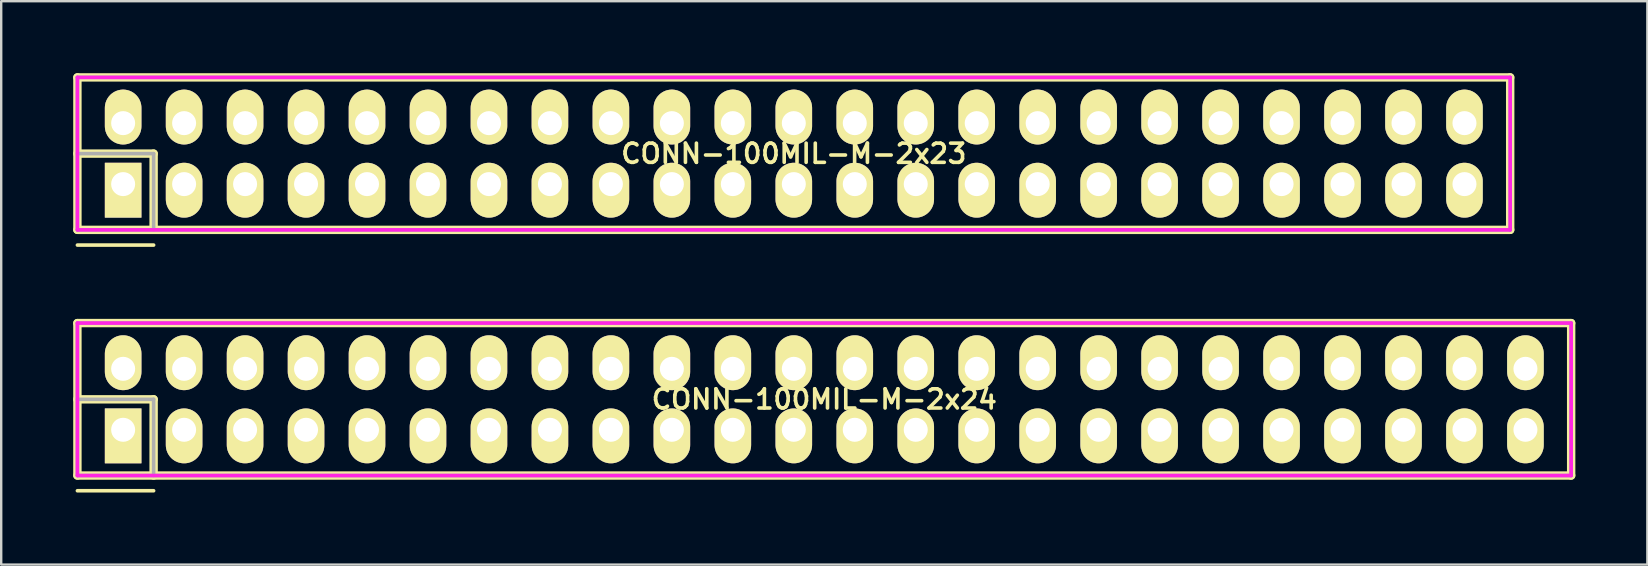
<source format=kicad_pcb>
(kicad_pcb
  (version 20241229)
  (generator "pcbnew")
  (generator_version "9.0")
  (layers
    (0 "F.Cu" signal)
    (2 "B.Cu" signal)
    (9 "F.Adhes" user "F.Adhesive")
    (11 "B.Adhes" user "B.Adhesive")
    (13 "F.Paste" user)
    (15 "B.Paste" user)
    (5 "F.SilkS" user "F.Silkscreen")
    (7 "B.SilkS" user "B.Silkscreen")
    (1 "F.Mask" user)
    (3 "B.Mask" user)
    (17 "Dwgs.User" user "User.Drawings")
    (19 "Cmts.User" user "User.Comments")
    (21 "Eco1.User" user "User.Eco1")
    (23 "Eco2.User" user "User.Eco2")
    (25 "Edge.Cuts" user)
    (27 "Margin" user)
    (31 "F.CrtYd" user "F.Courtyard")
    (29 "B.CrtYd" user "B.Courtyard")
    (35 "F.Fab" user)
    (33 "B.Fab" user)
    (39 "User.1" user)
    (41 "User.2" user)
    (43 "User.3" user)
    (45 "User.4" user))
  (footprint "CONN-100MIL-M-2x23"
    (layer "F.Cu")
    (at 30.02 3.35)
    (property "Reference" "CONN-100MIL-M-2x23" (at 0 0 0) (layer "F.SilkS") (effects (font (size 0.8 0.8) (thickness 0.15))))
    (attr through_hole)
    (fp_line (start -29.845 -3.175) (end 29.845 -3.175) (stroke (width 0.35) (type solid)) (layer "F.SilkS"))
    (fp_line (start -29.845 0) (end -26.67 0) (stroke (width 0.35) (type solid)) (layer "F.SilkS"))
    (fp_line (start -29.845 3.175) (end -29.845 -3.175) (stroke (width 0.35) (type solid)) (layer "F.SilkS"))
    (fp_line (start -29.845 3.81) (end -26.67 3.81) (stroke (width 0.15) (type solid)) (layer "F.SilkS"))
    (fp_line (start -26.67 0) (end -26.67 3.175) (stroke (width 0.35) (type solid)) (layer "F.SilkS"))
    (fp_line (start 29.845 -3.175) (end 29.845 3.175) (stroke (width 0.35) (type solid)) (layer "F.SilkS"))
    (fp_line (start 29.845 3.175) (end -29.845 3.175) (stroke (width 0.35) (type solid)) (layer "F.SilkS"))
    (fp_line (start -29.845 -3.175) (end 29.845 -3.175) (stroke (width 0.15) (type solid)) (layer "F.CrtYd"))
    (fp_line (start -29.845 3.175) (end -29.845 -3.175) (stroke (width 0.15) (type solid)) (layer "F.CrtYd"))
    (fp_line (start 29.845 -3.175) (end 29.845 3.175) (stroke (width 0.15) (type solid)) (layer "F.CrtYd"))
    (fp_line (start 29.845 3.175) (end -29.845 3.175) (stroke (width 0.15) (type solid)) (layer "F.CrtYd"))
    (fp_line (start -29.845 -3.175) (end 29.845 -3.175) (stroke (width 0.15) (type solid)) (layer "F.Fab"))
    (fp_line (start -29.845 0) (end -26.67 0) (stroke (width 0.15) (type solid)) (layer "F.Fab"))
    (fp_line (start -29.845 3.175) (end -29.845 -3.175) (stroke (width 0.15) (type solid)) (layer "F.Fab"))
    (fp_line (start -26.67 0) (end -26.67 3.175) (stroke (width 0.15) (type solid)) (layer "F.Fab"))
    (fp_line (start 29.845 -3.175) (end 29.845 3.175) (stroke (width 0.15) (type solid)) (layer "F.Fab"))
    (fp_line (start 29.845 3.175) (end -29.845 3.175) (stroke (width 0.15) (type solid)) (layer "F.Fab"))
    (pad "1" thru_hole rect (at -27.94 1.27) (size 1.524 2.286) (drill 1 (offset 0 0.254)) (layers "*.Cu" "*.Mask" "F.SilkS"))
    (pad "2" thru_hole oval (at -27.94 -1.27) (size 1.524 2.286) (drill 1 (offset 0 -0.254)) (layers "*.Cu" "*.Mask" "F.SilkS"))
    (pad "3" thru_hole oval (at -25.4 1.27) (size 1.524 2.286) (drill 1 (offset 0 0.254)) (layers "*.Cu" "*.Mask" "F.SilkS"))
    (pad "4" thru_hole oval (at -25.4 -1.27) (size 1.524 2.286) (drill 1 (offset 0 -0.254)) (layers "*.Cu" "*.Mask" "F.SilkS"))
    (pad "5" thru_hole oval (at -22.86 1.27) (size 1.524 2.286) (drill 1 (offset 0 0.254)) (layers "*.Cu" "*.Mask" "F.SilkS"))
    (pad "6" thru_hole oval (at -22.86 -1.27) (size 1.524 2.286) (drill 1 (offset 0 -0.254)) (layers "*.Cu" "*.Mask" "F.SilkS"))
    (pad "7" thru_hole oval (at -20.32 1.27) (size 1.524 2.286) (drill 1 (offset 0 0.254)) (layers "*.Cu" "*.Mask" "F.SilkS"))
    (pad "8" thru_hole oval (at -20.32 -1.27) (size 1.524 2.286) (drill 1 (offset 0 -0.254)) (layers "*.Cu" "*.Mask" "F.SilkS"))
    (pad "9" thru_hole oval (at -17.78 1.27) (size 1.524 2.286) (drill 1 (offset 0 0.254)) (layers "*.Cu" "*.Mask" "F.SilkS"))
    (pad "10" thru_hole oval (at -17.78 -1.27) (size 1.524 2.286) (drill 1 (offset 0 -0.254)) (layers "*.Cu" "*.Mask" "F.SilkS"))
    (pad "11" thru_hole oval (at -15.24 1.27) (size 1.524 2.286) (drill 1 (offset 0 0.254)) (layers "*.Cu" "*.Mask" "F.SilkS"))
    (pad "12" thru_hole oval (at -15.24 -1.27) (size 1.524 2.286) (drill 1 (offset 0 -0.254)) (layers "*.Cu" "*.Mask" "F.SilkS"))
    (pad "13" thru_hole oval (at -12.7 1.27) (size 1.524 2.286) (drill 1 (offset 0 0.254)) (layers "*.Cu" "*.Mask" "F.SilkS"))
    (pad "14" thru_hole oval (at -12.7 -1.27) (size 1.524 2.286) (drill 1 (offset 0 -0.254)) (layers "*.Cu" "*.Mask" "F.SilkS"))
    (pad "15" thru_hole oval (at -10.16 1.27) (size 1.524 2.286) (drill 1 (offset 0 0.254)) (layers "*.Cu" "*.Mask" "F.SilkS"))
    (pad "16" thru_hole oval (at -10.16 -1.27) (size 1.524 2.286) (drill 1 (offset 0 -0.254)) (layers "*.Cu" "*.Mask" "F.SilkS"))
    (pad "17" thru_hole oval (at -7.62 1.27) (size 1.524 2.286) (drill 1 (offset 0 0.254)) (layers "*.Cu" "*.Mask" "F.SilkS"))
    (pad "18" thru_hole oval (at -7.62 -1.27) (size 1.524 2.286) (drill 1 (offset 0 -0.254)) (layers "*.Cu" "*.Mask" "F.SilkS"))
    (pad "19" thru_hole oval (at -5.08 1.27) (size 1.524 2.286) (drill 1 (offset 0 0.254)) (layers "*.Cu" "*.Mask" "F.SilkS"))
    (pad "20" thru_hole oval (at -5.08 -1.27) (size 1.524 2.286) (drill 1 (offset 0 -0.254)) (layers "*.Cu" "*.Mask" "F.SilkS"))
    (pad "21" thru_hole oval (at -2.54 1.27) (size 1.524 2.286) (drill 1 (offset 0 0.254)) (layers "*.Cu" "*.Mask" "F.SilkS"))
    (pad "22" thru_hole oval (at -2.54 -1.27) (size 1.524 2.286) (drill 1 (offset 0 -0.254)) (layers "*.Cu" "*.Mask" "F.SilkS"))
    (pad "23" thru_hole oval (at 0 1.27) (size 1.524 2.286) (drill 1 (offset 0 0.254)) (layers "*.Cu" "*.Mask" "F.SilkS"))
    (pad "24" thru_hole oval (at 0 -1.27) (size 1.524 2.286) (drill 1 (offset 0 -0.254)) (layers "*.Cu" "*.Mask" "F.SilkS"))
    (pad "25" thru_hole oval (at 2.54 1.27) (size 1.524 2.286) (drill 1 (offset 0 0.254)) (layers "*.Cu" "*.Mask" "F.SilkS"))
    (pad "26" thru_hole oval (at 2.54 -1.27) (size 1.524 2.286) (drill 1 (offset 0 -0.254)) (layers "*.Cu" "*.Mask" "F.SilkS"))
    (pad "27" thru_hole oval (at 5.08 1.27) (size 1.524 2.286) (drill 1 (offset 0 0.254)) (layers "*.Cu" "*.Mask" "F.SilkS"))
    (pad "28" thru_hole oval (at 5.08 -1.27) (size 1.524 2.286) (drill 1 (offset 0 -0.254)) (layers "*.Cu" "*.Mask" "F.SilkS"))
    (pad "29" thru_hole oval (at 7.62 1.27) (size 1.524 2.286) (drill 1 (offset 0 0.254)) (layers "*.Cu" "*.Mask" "F.SilkS"))
    (pad "30" thru_hole oval (at 7.62 -1.27) (size 1.524 2.286) (drill 1 (offset 0 -0.254)) (layers "*.Cu" "*.Mask" "F.SilkS"))
    (pad "31" thru_hole oval (at 10.16 1.27) (size 1.524 2.286) (drill 1 (offset 0 0.254)) (layers "*.Cu" "*.Mask" "F.SilkS"))
    (pad "32" thru_hole oval (at 10.16 -1.27) (size 1.524 2.286) (drill 1 (offset 0 -0.254)) (layers "*.Cu" "*.Mask" "F.SilkS"))
    (pad "33" thru_hole oval (at 12.7 1.27) (size 1.524 2.286) (drill 1 (offset 0 0.254)) (layers "*.Cu" "*.Mask" "F.SilkS"))
    (pad "34" thru_hole oval (at 12.7 -1.27) (size 1.524 2.286) (drill 1 (offset 0 -0.254)) (layers "*.Cu" "*.Mask" "F.SilkS"))
    (pad "35" thru_hole oval (at 15.24 1.27) (size 1.524 2.286) (drill 1 (offset 0 0.254)) (layers "*.Cu" "*.Mask" "F.SilkS"))
    (pad "36" thru_hole oval (at 15.24 -1.27) (size 1.524 2.286) (drill 1 (offset 0 -0.254)) (layers "*.Cu" "*.Mask" "F.SilkS"))
    (pad "37" thru_hole oval (at 17.78 1.27) (size 1.524 2.286) (drill 1 (offset 0 0.254)) (layers "*.Cu" "*.Mask" "F.SilkS"))
    (pad "38" thru_hole oval (at 17.78 -1.27) (size 1.524 2.286) (drill 1 (offset 0 -0.254)) (layers "*.Cu" "*.Mask" "F.SilkS"))
    (pad "39" thru_hole oval (at 20.32 1.27) (size 1.524 2.286) (drill 1 (offset 0 0.254)) (layers "*.Cu" "*.Mask" "F.SilkS"))
    (pad "40" thru_hole oval (at 20.32 -1.27) (size 1.524 2.286) (drill 1 (offset 0 -0.254)) (layers "*.Cu" "*.Mask" "F.SilkS"))
    (pad "41" thru_hole oval (at 22.86 1.27) (size 1.524 2.286) (drill 1 (offset 0 0.254)) (layers "*.Cu" "*.Mask" "F.SilkS"))
    (pad "42" thru_hole oval (at 22.86 -1.27) (size 1.524 2.286) (drill 1 (offset 0 -0.254)) (layers "*.Cu" "*.Mask" "F.SilkS"))
    (pad "43" thru_hole oval (at 25.4 1.27) (size 1.524 2.286) (drill 1 (offset 0 0.254)) (layers "*.Cu" "*.Mask" "F.SilkS"))
    (pad "44" thru_hole oval (at 25.4 -1.27) (size 1.524 2.286) (drill 1 (offset 0 -0.254)) (layers "*.Cu" "*.Mask" "F.SilkS"))
    (pad "45" thru_hole oval (at 27.94 1.27) (size 1.524 2.286) (drill 1 (offset 0 0.254)) (layers "*.Cu" "*.Mask" "F.SilkS"))
    (pad "46" thru_hole oval (at 27.94 -1.27) (size 1.524 2.286) (drill 1 (offset 0 -0.254)) (layers "*.Cu" "*.Mask" "F.SilkS")))
  (footprint "CONN-100MIL-M-2x24"
    (layer "F.Cu")
    (at 31.29 13.585)
    (property "Reference" "CONN-100MIL-M-2x24" (at 0 0 0) (layer "F.SilkS") (effects (font (size 0.8 0.8) (thickness 0.15))))
    (attr through_hole)
    (fp_line (start -31.115 -3.175) (end 31.115 -3.175) (stroke (width 0.35) (type solid)) (layer "F.SilkS"))
    (fp_line (start -31.115 0) (end -27.94 0) (stroke (width 0.35) (type solid)) (layer "F.SilkS"))
    (fp_line (start -31.115 3.175) (end -31.115 -3.175) (stroke (width 0.35) (type solid)) (layer "F.SilkS"))
    (fp_line (start -31.115 3.81) (end -27.94 3.81) (stroke (width 0.15) (type solid)) (layer "F.SilkS"))
    (fp_line (start -27.94 0) (end -27.94 3.175) (stroke (width 0.35) (type solid)) (layer "F.SilkS"))
    (fp_line (start 31.115 -3.175) (end 31.115 3.175) (stroke (width 0.35) (type solid)) (layer "F.SilkS"))
    (fp_line (start 31.115 3.175) (end -31.115 3.175) (stroke (width 0.35) (type solid)) (layer "F.SilkS"))
    (fp_line (start -31.115 -3.175) (end 31.115 -3.175) (stroke (width 0.15) (type solid)) (layer "F.CrtYd"))
    (fp_line (start -31.115 3.175) (end -31.115 -3.175) (stroke (width 0.15) (type solid)) (layer "F.CrtYd"))
    (fp_line (start 31.115 -3.175) (end 31.115 3.175) (stroke (width 0.15) (type solid)) (layer "F.CrtYd"))
    (fp_line (start 31.115 3.175) (end -31.115 3.175) (stroke (width 0.15) (type solid)) (layer "F.CrtYd"))
    (fp_line (start -31.115 -3.175) (end 31.115 -3.175) (stroke (width 0.15) (type solid)) (layer "F.Fab"))
    (fp_line (start -31.115 0) (end -27.94 0) (stroke (width 0.15) (type solid)) (layer "F.Fab"))
    (fp_line (start -31.115 3.175) (end -31.115 -3.175) (stroke (width 0.15) (type solid)) (layer "F.Fab"))
    (fp_line (start -27.94 0) (end -27.94 3.175) (stroke (width 0.15) (type solid)) (layer "F.Fab"))
    (fp_line (start 31.115 -3.175) (end 31.115 3.175) (stroke (width 0.15) (type solid)) (layer "F.Fab"))
    (fp_line (start 31.115 3.175) (end -31.115 3.175) (stroke (width 0.15) (type solid)) (layer "F.Fab"))
    (pad "1" thru_hole rect (at -29.21 1.27) (size 1.524 2.286) (drill 1 (offset 0 0.254)) (layers "*.Cu" "*.Mask" "F.SilkS"))
    (pad "2" thru_hole oval (at -29.21 -1.27) (size 1.524 2.286) (drill 1 (offset 0 -0.254)) (layers "*.Cu" "*.Mask" "F.SilkS"))
    (pad "3" thru_hole oval (at -26.67 1.27) (size 1.524 2.286) (drill 1 (offset 0 0.254)) (layers "*.Cu" "*.Mask" "F.SilkS"))
    (pad "4" thru_hole oval (at -26.67 -1.27) (size 1.524 2.286) (drill 1 (offset 0 -0.254)) (layers "*.Cu" "*.Mask" "F.SilkS"))
    (pad "5" thru_hole oval (at -24.13 1.27) (size 1.524 2.286) (drill 1 (offset 0 0.254)) (layers "*.Cu" "*.Mask" "F.SilkS"))
    (pad "6" thru_hole oval (at -24.13 -1.27) (size 1.524 2.286) (drill 1 (offset 0 -0.254)) (layers "*.Cu" "*.Mask" "F.SilkS"))
    (pad "7" thru_hole oval (at -21.59 1.27) (size 1.524 2.286) (drill 1 (offset 0 0.254)) (layers "*.Cu" "*.Mask" "F.SilkS"))
    (pad "8" thru_hole oval (at -21.59 -1.27) (size 1.524 2.286) (drill 1 (offset 0 -0.254)) (layers "*.Cu" "*.Mask" "F.SilkS"))
    (pad "9" thru_hole oval (at -19.05 1.27) (size 1.524 2.286) (drill 1 (offset 0 0.254)) (layers "*.Cu" "*.Mask" "F.SilkS"))
    (pad "10" thru_hole oval (at -19.05 -1.27) (size 1.524 2.286) (drill 1 (offset 0 -0.254)) (layers "*.Cu" "*.Mask" "F.SilkS"))
    (pad "11" thru_hole oval (at -16.51 1.27) (size 1.524 2.286) (drill 1 (offset 0 0.254)) (layers "*.Cu" "*.Mask" "F.SilkS"))
    (pad "12" thru_hole oval (at -16.51 -1.27) (size 1.524 2.286) (drill 1 (offset 0 -0.254)) (layers "*.Cu" "*.Mask" "F.SilkS"))
    (pad "13" thru_hole oval (at -13.97 1.27) (size 1.524 2.286) (drill 1 (offset 0 0.254)) (layers "*.Cu" "*.Mask" "F.SilkS"))
    (pad "14" thru_hole oval (at -13.97 -1.27) (size 1.524 2.286) (drill 1 (offset 0 -0.254)) (layers "*.Cu" "*.Mask" "F.SilkS"))
    (pad "15" thru_hole oval (at -11.43 1.27) (size 1.524 2.286) (drill 1 (offset 0 0.254)) (layers "*.Cu" "*.Mask" "F.SilkS"))
    (pad "16" thru_hole oval (at -11.43 -1.27) (size 1.524 2.286) (drill 1 (offset 0 -0.254)) (layers "*.Cu" "*.Mask" "F.SilkS"))
    (pad "17" thru_hole oval (at -8.89 1.27) (size 1.524 2.286) (drill 1 (offset 0 0.254)) (layers "*.Cu" "*.Mask" "F.SilkS"))
    (pad "18" thru_hole oval (at -8.89 -1.27) (size 1.524 2.286) (drill 1 (offset 0 -0.254)) (layers "*.Cu" "*.Mask" "F.SilkS"))
    (pad "19" thru_hole oval (at -6.35 1.27) (size 1.524 2.286) (drill 1 (offset 0 0.254)) (layers "*.Cu" "*.Mask" "F.SilkS"))
    (pad "20" thru_hole oval (at -6.35 -1.27) (size 1.524 2.286) (drill 1 (offset 0 -0.254)) (layers "*.Cu" "*.Mask" "F.SilkS"))
    (pad "21" thru_hole oval (at -3.81 1.27) (size 1.524 2.286) (drill 1 (offset 0 0.254)) (layers "*.Cu" "*.Mask" "F.SilkS"))
    (pad "22" thru_hole oval (at -3.81 -1.27) (size 1.524 2.286) (drill 1 (offset 0 -0.254)) (layers "*.Cu" "*.Mask" "F.SilkS"))
    (pad "23" thru_hole oval (at -1.27 1.27) (size 1.524 2.286) (drill 1 (offset 0 0.254)) (layers "*.Cu" "*.Mask" "F.SilkS"))
    (pad "24" thru_hole oval (at -1.27 -1.27) (size 1.524 2.286) (drill 1 (offset 0 -0.254)) (layers "*.Cu" "*.Mask" "F.SilkS"))
    (pad "25" thru_hole oval (at 1.27 1.27) (size 1.524 2.286) (drill 1 (offset 0 0.254)) (layers "*.Cu" "*.Mask" "F.SilkS"))
    (pad "26" thru_hole oval (at 1.27 -1.27) (size 1.524 2.286) (drill 1 (offset 0 -0.254)) (layers "*.Cu" "*.Mask" "F.SilkS"))
    (pad "27" thru_hole oval (at 3.81 1.27) (size 1.524 2.286) (drill 1 (offset 0 0.254)) (layers "*.Cu" "*.Mask" "F.SilkS"))
    (pad "28" thru_hole oval (at 3.81 -1.27) (size 1.524 2.286) (drill 1 (offset 0 -0.254)) (layers "*.Cu" "*.Mask" "F.SilkS"))
    (pad "29" thru_hole oval (at 6.35 1.27) (size 1.524 2.286) (drill 1 (offset 0 0.254)) (layers "*.Cu" "*.Mask" "F.SilkS"))
    (pad "30" thru_hole oval (at 6.35 -1.27) (size 1.524 2.286) (drill 1 (offset 0 -0.254)) (layers "*.Cu" "*.Mask" "F.SilkS"))
    (pad "31" thru_hole oval (at 8.89 1.27) (size 1.524 2.286) (drill 1 (offset 0 0.254)) (layers "*.Cu" "*.Mask" "F.SilkS"))
    (pad "32" thru_hole oval (at 8.89 -1.27) (size 1.524 2.286) (drill 1 (offset 0 -0.254)) (layers "*.Cu" "*.Mask" "F.SilkS"))
    (pad "33" thru_hole oval (at 11.43 1.27) (size 1.524 2.286) (drill 1 (offset 0 0.254)) (layers "*.Cu" "*.Mask" "F.SilkS"))
    (pad "34" thru_hole oval (at 11.43 -1.27) (size 1.524 2.286) (drill 1 (offset 0 -0.254)) (layers "*.Cu" "*.Mask" "F.SilkS"))
    (pad "35" thru_hole oval (at 13.97 1.27) (size 1.524 2.286) (drill 1 (offset 0 0.254)) (layers "*.Cu" "*.Mask" "F.SilkS"))
    (pad "36" thru_hole oval (at 13.97 -1.27) (size 1.524 2.286) (drill 1 (offset 0 -0.254)) (layers "*.Cu" "*.Mask" "F.SilkS"))
    (pad "37" thru_hole oval (at 16.51 1.27) (size 1.524 2.286) (drill 1 (offset 0 0.254)) (layers "*.Cu" "*.Mask" "F.SilkS"))
    (pad "38" thru_hole oval (at 16.51 -1.27) (size 1.524 2.286) (drill 1 (offset 0 -0.254)) (layers "*.Cu" "*.Mask" "F.SilkS"))
    (pad "39" thru_hole oval (at 19.05 1.27) (size 1.524 2.286) (drill 1 (offset 0 0.254)) (layers "*.Cu" "*.Mask" "F.SilkS"))
    (pad "40" thru_hole oval (at 19.05 -1.27) (size 1.524 2.286) (drill 1 (offset 0 -0.254)) (layers "*.Cu" "*.Mask" "F.SilkS"))
    (pad "41" thru_hole oval (at 21.59 1.27) (size 1.524 2.286) (drill 1 (offset 0 0.254)) (layers "*.Cu" "*.Mask" "F.SilkS"))
    (pad "42" thru_hole oval (at 21.59 -1.27) (size 1.524 2.286) (drill 1 (offset 0 -0.254)) (layers "*.Cu" "*.Mask" "F.SilkS"))
    (pad "43" thru_hole oval (at 24.13 1.27) (size 1.524 2.286) (drill 1 (offset 0 0.254)) (layers "*.Cu" "*.Mask" "F.SilkS"))
    (pad "44" thru_hole oval (at 24.13 -1.27) (size 1.524 2.286) (drill 1 (offset 0 -0.254)) (layers "*.Cu" "*.Mask" "F.SilkS"))
    (pad "45" thru_hole oval (at 26.67 1.27) (size 1.524 2.286) (drill 1 (offset 0 0.254)) (layers "*.Cu" "*.Mask" "F.SilkS"))
    (pad "46" thru_hole oval (at 26.67 -1.27) (size 1.524 2.286) (drill 1 (offset 0 -0.254)) (layers "*.Cu" "*.Mask" "F.SilkS"))
    (pad "47" thru_hole oval (at 29.21 1.27) (size 1.524 2.286) (drill 1 (offset 0 0.254)) (layers "*.Cu" "*.Mask" "F.SilkS"))
    (pad "48" thru_hole oval (at 29.21 -1.27) (size 1.524 2.286) (drill 1 (offset 0 -0.254)) (layers "*.Cu" "*.Mask" "F.SilkS")))
  (gr_rect
    (start -3 -3)
    (end 65.58 20.47)
    (stroke (width 0.1) (type default))
    (fill no)
    (layer "Edge.Cuts")))
</source>
